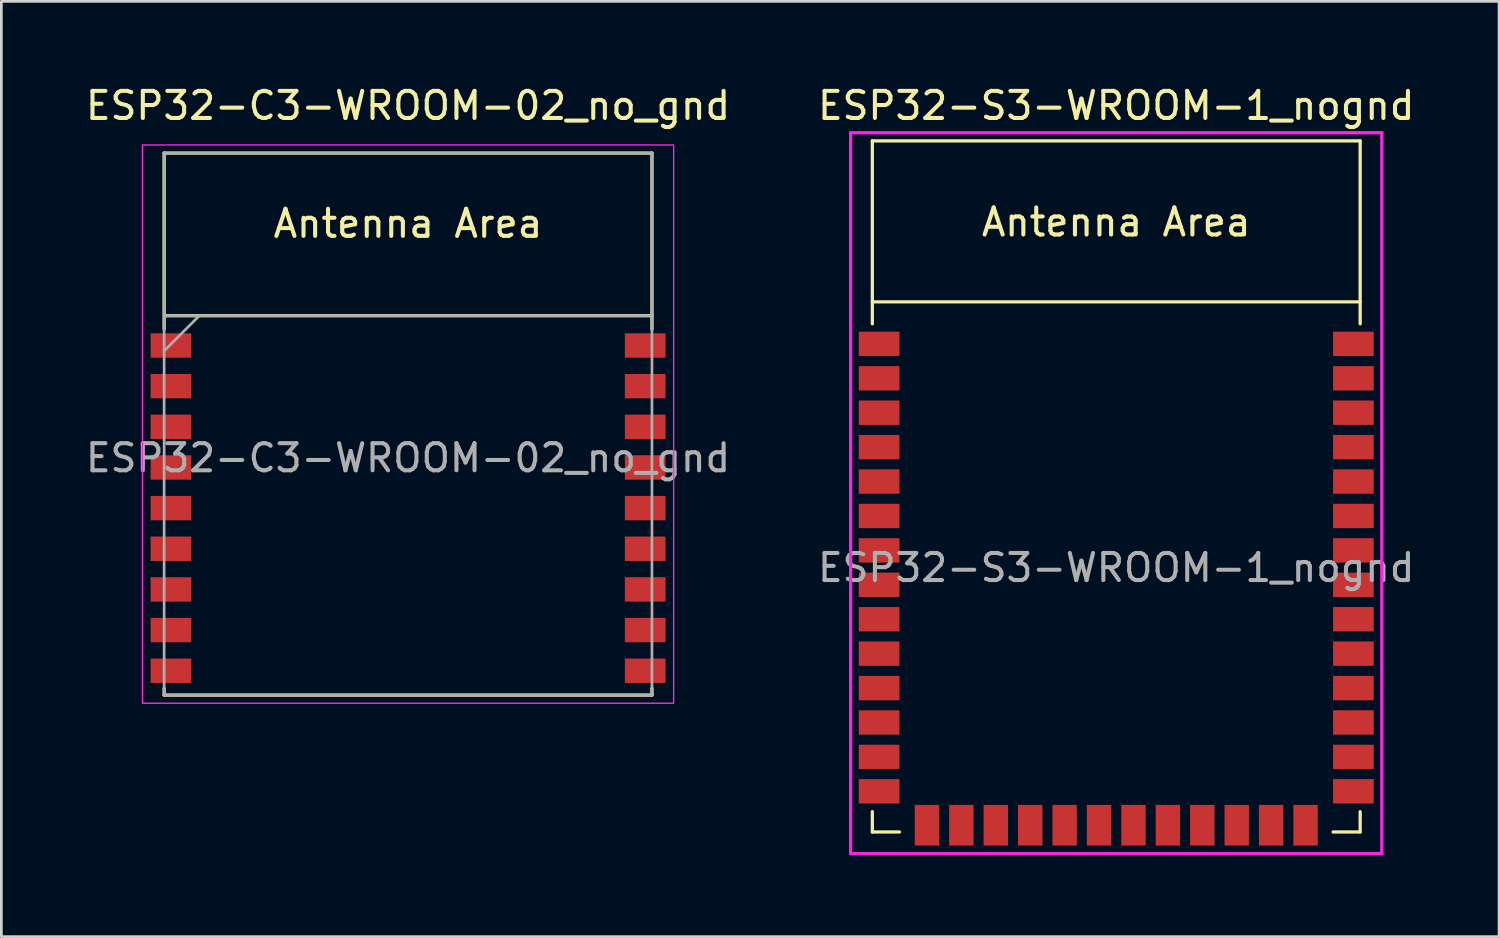
<source format=kicad_pcb>
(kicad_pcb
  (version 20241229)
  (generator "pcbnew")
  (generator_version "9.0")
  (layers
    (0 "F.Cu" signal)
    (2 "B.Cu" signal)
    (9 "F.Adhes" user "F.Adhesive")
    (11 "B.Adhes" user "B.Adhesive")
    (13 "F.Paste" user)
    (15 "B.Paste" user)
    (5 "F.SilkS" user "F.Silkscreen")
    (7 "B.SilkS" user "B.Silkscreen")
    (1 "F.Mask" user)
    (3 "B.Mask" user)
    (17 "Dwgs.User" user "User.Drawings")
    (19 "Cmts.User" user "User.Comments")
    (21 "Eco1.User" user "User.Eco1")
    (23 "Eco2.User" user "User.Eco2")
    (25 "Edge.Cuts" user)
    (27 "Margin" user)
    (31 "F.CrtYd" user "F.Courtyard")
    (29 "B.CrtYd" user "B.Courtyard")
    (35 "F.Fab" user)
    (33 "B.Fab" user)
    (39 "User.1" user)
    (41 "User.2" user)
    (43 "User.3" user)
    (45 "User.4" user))
  (footprint "ESP32-C3-WROOM-02_no_gnd"
    (layer "F.Cu")
    (at 12.006 15.598)
    (property "Reference" "ESP32-C3-WROOM-02_no_gnd" (at 0 -14.75 0) (layer "F.SilkS") (effects (font (size 1 1) (thickness 0.15))))
    (attr smd)
    (fp_line (start -9 -13) (end -9 -6.5) (stroke (width 0.12) (type solid)) (layer "F.SilkS"))
    (fp_line (start -9 -13) (end 9 -13) (stroke (width 0.12) (type solid)) (layer "F.SilkS"))
    (fp_line (start -9 7) (end -9 6.75) (stroke (width 0.12) (type solid)) (layer "F.SilkS"))
    (fp_line (start 9 -13) (end 9 -6.5) (stroke (width 0.12) (type solid)) (layer "F.SilkS"))
    (fp_line (start 9 -7) (end -8.95 -7) (stroke (width 0.12) (type solid)) (layer "F.SilkS"))
    (fp_line (start 9 6.75) (end 9 7) (stroke (width 0.12) (type solid)) (layer "F.SilkS"))
    (fp_line (start 9 7) (end -9 7) (stroke (width 0.12) (type solid)) (layer "F.SilkS"))
    (fp_poly (pts (xy 9.8 7.3) (xy -9.8 7.3) (xy -9.8 -13.3) (xy 9.8 -13.3)) (stroke (width 0.05) (type solid)) (fill no) (layer "F.CrtYd"))
    (fp_line (start -9 -13) (end 9 -13) (stroke (width 0.1) (type solid)) (layer "F.Fab"))
    (fp_line (start -9 -7) (end 9 -7) (stroke (width 0.1) (type solid)) (layer "F.Fab"))
    (fp_line (start -9 7) (end -9 -13) (stroke (width 0.1) (type solid)) (layer "F.Fab"))
    (fp_line (start -7.7 -7) (end -9 -5.7) (stroke (width 0.1) (type solid)) (layer "F.Fab"))
    (fp_line (start 9 -13) (end 9 7) (stroke (width 0.1) (type solid)) (layer "F.Fab"))
    (fp_line (start 9 7) (end -9 7) (stroke (width 0.1) (type solid)) (layer "F.Fab"))
    (fp_text user "Antenna Area" (at 0 -10.4 0) (layer "F.SilkS") (effects (font (size 1 1) (thickness 0.15))))
    (fp_text user "${REFERENCE}" (at 0 -1.75 0) (layer "F.Fab") (effects (font (size 1 1) (thickness 0.15))))
    (pad "1" smd rect (at -8.75 -5.9) (size 1.5 0.9) (layers "F.Cu" "F.Mask" "F.Paste"))
    (pad "2" smd rect (at -8.75 -4.4) (size 1.5 0.9) (layers "F.Cu" "F.Mask" "F.Paste"))
    (pad "3" smd rect (at -8.75 -2.9) (size 1.5 0.9) (layers "F.Cu" "F.Mask" "F.Paste"))
    (pad "4" smd rect (at -8.75 -1.4) (size 1.5 0.9) (layers "F.Cu" "F.Mask" "F.Paste"))
    (pad "5" smd rect (at -8.75 0.1) (size 1.5 0.9) (layers "F.Cu" "F.Mask" "F.Paste"))
    (pad "6" smd rect (at -8.75 1.6) (size 1.5 0.9) (layers "F.Cu" "F.Mask" "F.Paste"))
    (pad "7" smd rect (at -8.75 3.1) (size 1.5 0.9) (layers "F.Cu" "F.Mask" "F.Paste"))
    (pad "8" smd rect (at -8.75 4.6) (size 1.5 0.9) (layers "F.Cu" "F.Mask" "F.Paste"))
    (pad "9" smd rect (at -8.75 6.1) (size 1.5 0.9) (layers "F.Cu" "F.Mask" "F.Paste"))
    (pad "10" smd rect (at 8.75 6.1 180) (size 1.5 0.9) (layers "F.Cu" "F.Mask" "F.Paste"))
    (pad "11" smd rect (at 8.75 4.6 180) (size 1.5 0.9) (layers "F.Cu" "F.Mask" "F.Paste"))
    (pad "12" smd rect (at 8.75 3.1 180) (size 1.5 0.9) (layers "F.Cu" "F.Mask" "F.Paste"))
    (pad "13" smd rect (at 8.75 1.6 180) (size 1.5 0.9) (layers "F.Cu" "F.Mask" "F.Paste"))
    (pad "14" smd rect (at 8.75 0.1 180) (size 1.5 0.9) (layers "F.Cu" "F.Mask" "F.Paste"))
    (pad "15" smd rect (at 8.75 -1.4 180) (size 1.5 0.9) (layers "F.Cu" "F.Mask" "F.Paste"))
    (pad "16" smd rect (at 8.75 -2.9 180) (size 1.5 0.9) (layers "F.Cu" "F.Mask" "F.Paste"))
    (pad "17" smd rect (at 8.75 -4.4 180) (size 1.5 0.9) (layers "F.Cu" "F.Mask" "F.Paste"))
    (pad "18" smd rect (at 8.75 -5.9 180) (size 1.5 0.9) (layers "F.Cu" "F.Mask" "F.Paste"))
    (zone (net_name "") (layers "F.Cu" "B.Cu") (name "antenna keepout") (hatch edge 0.508) (connect_pads) (min_thickness 0.254) (filled_areas_thickness no) (keepout (tracks not_allowed) (vias not_allowed) (pads not_allowed) (copperpour not_allowed) (footprints not_allowed)) (placement (enabled no)) (fill) (polygon (pts (xy 21.006 8.598) (xy 3.006 8.598) (xy 3.006 2.598) (xy 21.006 2.598)))))
  (footprint "ESP32-S3-WROOM-1_nognd"
    (layer "F.Cu")
    (at 38.137 17.898)
    (property "Reference" "ESP32-S3-WROOM-1_nognd" (at 0 -17.05 0) (layer "F.SilkS") (effects (font (size 1 1) (thickness 0.15))))
    (attr smd)
    (fp_line (start -9 -15.75) (end -9 -9) (stroke (width 0.12) (type solid)) (layer "F.SilkS"))
    (fp_line (start -9 -15.75) (end 9 -15.75) (stroke (width 0.12) (type solid)) (layer "F.SilkS"))
    (fp_line (start -9 9) (end -9 9.75) (stroke (width 0.12) (type solid)) (layer "F.SilkS"))
    (fp_line (start -9 9.75) (end -8 9.75) (stroke (width 0.12) (type solid)) (layer "F.SilkS"))
    (fp_line (start 9 -15.75) (end 9 -9) (stroke (width 0.12) (type solid)) (layer "F.SilkS"))
    (fp_line (start 9 -9.81) (end -9 -9.81) (stroke (width 0.12) (type solid)) (layer "F.SilkS"))
    (fp_line (start 9 9) (end 9 9.75) (stroke (width 0.12) (type solid)) (layer "F.SilkS"))
    (fp_line (start 9 9.75) (end 8 9.75) (stroke (width 0.12) (type solid)) (layer "F.SilkS"))
    (fp_line (start -9 -15.75) (end 9 -15.75) (stroke (width 0.12) (type solid)) (layer "Eco2.User"))
    (fp_line (start -9 -9.81) (end 9 -9.81) (stroke (width 0.12) (type solid)) (layer "Eco2.User"))
    (fp_line (start -9 9.75) (end -9 -15.75) (stroke (width 0.12) (type solid)) (layer "Eco2.User"))
    (fp_line (start 9 -15.75) (end 9 9.75) (stroke (width 0.12) (type solid)) (layer "Eco2.User"))
    (fp_line (start 9 9.75) (end -9 9.75) (stroke (width 0.12) (type solid)) (layer "Eco2.User"))
    (fp_line (start -9.8 -16.05) (end -9.8 10.55) (stroke (width 0.12) (type solid)) (layer "F.CrtYd"))
    (fp_line (start -9.8 10.55) (end 9.8 10.55) (stroke (width 0.12) (type solid)) (layer "F.CrtYd"))
    (fp_line (start 9.8 -16.05) (end -9.8 -16.05) (stroke (width 0.12) (type solid)) (layer "F.CrtYd"))
    (fp_line (start 9.8 -16.05) (end 9.8 10.55) (stroke (width 0.12) (type solid)) (layer "F.CrtYd"))
    (fp_text user "Antenna Area" (at 0 -12.75 0) (layer "F.SilkS") (effects (font (size 1 1) (thickness 0.15))))
    (fp_text user "Antenna Area" (at 0 -12.75 0) (layer "Eco2.User") (effects (font (size 1 1) (thickness 0.15))))
    (fp_text user "${REFERENCE}" (at 0 0 0) (layer "F.Fab") (effects (font (size 1 1) (thickness 0.15))))
    (pad "1" smd rect (at -8.75 -8.26) (size 1.5 0.9) (layers "F.Cu" "F.Mask" "F.Paste"))
    (pad "2" smd rect (at -8.75 -6.99) (size 1.5 0.9) (layers "F.Cu" "F.Mask" "F.Paste"))
    (pad "3" smd rect (at -8.75 -5.72) (size 1.5 0.9) (layers "F.Cu" "F.Mask" "F.Paste"))
    (pad "4" smd rect (at -8.75 -4.45) (size 1.5 0.9) (layers "F.Cu" "F.Mask" "F.Paste"))
    (pad "5" smd rect (at -8.75 -3.18) (size 1.5 0.9) (layers "F.Cu" "F.Mask" "F.Paste"))
    (pad "6" smd rect (at -8.75 -1.91) (size 1.5 0.9) (layers "F.Cu" "F.Mask" "F.Paste"))
    (pad "7" smd rect (at -8.75 -0.64) (size 1.5 0.9) (layers "F.Cu" "F.Mask" "F.Paste"))
    (pad "8" smd rect (at -8.75 0.63) (size 1.5 0.9) (layers "F.Cu" "F.Mask" "F.Paste"))
    (pad "9" smd rect (at -8.75 1.9) (size 1.5 0.9) (layers "F.Cu" "F.Mask" "F.Paste"))
    (pad "10" smd rect (at -8.75 3.17) (size 1.5 0.9) (layers "F.Cu" "F.Mask" "F.Paste"))
    (pad "11" smd rect (at -8.75 4.44) (size 1.5 0.9) (layers "F.Cu" "F.Mask" "F.Paste"))
    (pad "12" smd rect (at -8.75 5.71) (size 1.5 0.9) (layers "F.Cu" "F.Mask" "F.Paste"))
    (pad "13" smd rect (at -8.75 6.98) (size 1.5 0.9) (layers "F.Cu" "F.Mask" "F.Paste"))
    (pad "14" smd rect (at -8.75 8.25) (size 1.5 0.9) (layers "F.Cu" "F.Mask" "F.Paste"))
    (pad "15" smd rect (at -6.985 9.5 90) (size 1.5 0.9) (layers "F.Cu" "F.Mask" "F.Paste"))
    (pad "16" smd rect (at -5.715 9.5 90) (size 1.5 0.9) (layers "F.Cu" "F.Mask" "F.Paste"))
    (pad "17" smd rect (at -4.445 9.5 90) (size 1.5 0.9) (layers "F.Cu" "F.Mask" "F.Paste"))
    (pad "18" smd rect (at -3.175 9.5 90) (size 1.5 0.9) (layers "F.Cu" "F.Mask" "F.Paste"))
    (pad "19" smd rect (at -1.905 9.5 90) (size 1.5 0.9) (layers "F.Cu" "F.Mask" "F.Paste"))
    (pad "20" smd rect (at -0.635 9.5 90) (size 1.5 0.9) (layers "F.Cu" "F.Mask" "F.Paste"))
    (pad "21" smd rect (at 0.635 9.5 90) (size 1.5 0.9) (layers "F.Cu" "F.Mask" "F.Paste"))
    (pad "22" smd rect (at 1.905 9.5 90) (size 1.5 0.9) (layers "F.Cu" "F.Mask" "F.Paste"))
    (pad "23" smd rect (at 3.175 9.5 90) (size 1.5 0.9) (layers "F.Cu" "F.Mask" "F.Paste"))
    (pad "24" smd rect (at 4.445 9.5 90) (size 1.5 0.9) (layers "F.Cu" "F.Mask" "F.Paste"))
    (pad "25" smd rect (at 5.715 9.5 90) (size 1.5 0.9) (layers "F.Cu" "F.Mask" "F.Paste"))
    (pad "26" smd rect (at 6.985 9.5 90) (size 1.5 0.9) (layers "F.Cu" "F.Mask" "F.Paste"))
    (pad "27" smd rect (at 8.75 8.25 180) (size 1.5 0.9) (layers "F.Cu" "F.Mask" "F.Paste"))
    (pad "28" smd rect (at 8.75 6.98 180) (size 1.5 0.9) (layers "F.Cu" "F.Mask" "F.Paste"))
    (pad "29" smd rect (at 8.75 5.71 180) (size 1.5 0.9) (layers "F.Cu" "F.Mask" "F.Paste"))
    (pad "30" smd rect (at 8.75 4.44 180) (size 1.5 0.9) (layers "F.Cu" "F.Mask" "F.Paste"))
    (pad "31" smd rect (at 8.75 3.17 180) (size 1.5 0.9) (layers "F.Cu" "F.Mask" "F.Paste"))
    (pad "32" smd rect (at 8.75 1.9 180) (size 1.5 0.9) (layers "F.Cu" "F.Mask" "F.Paste"))
    (pad "33" smd rect (at 8.75 0.63 180) (size 1.5 0.9) (layers "F.Cu" "F.Mask" "F.Paste"))
    (pad "34" smd rect (at 8.75 -0.64 180) (size 1.5 0.9) (layers "F.Cu" "F.Mask" "F.Paste"))
    (pad "35" smd rect (at 8.75 -1.91 180) (size 1.5 0.9) (layers "F.Cu" "F.Mask" "F.Paste"))
    (pad "36" smd rect (at 8.75 -3.18 180) (size 1.5 0.9) (layers "F.Cu" "F.Mask" "F.Paste"))
    (pad "37" smd rect (at 8.75 -4.45 180) (size 1.5 0.9) (layers "F.Cu" "F.Mask" "F.Paste"))
    (pad "38" smd rect (at 8.75 -5.72 180) (size 1.5 0.9) (layers "F.Cu" "F.Mask" "F.Paste"))
    (pad "39" smd rect (at 8.75 -6.99 180) (size 1.5 0.9) (layers "F.Cu" "F.Mask" "F.Paste"))
    (pad "40" smd rect (at 8.75 -8.26 180) (size 1.5 0.9) (layers "F.Cu" "F.Mask" "F.Paste"))
    (zone (net_name "") (layers "F.Cu" "B.Cu") (name "antenna keepout") (hatch edge 0.508) (connect_pads) (min_thickness 0.254) (filled_areas_thickness no) (keepout (tracks not_allowed) (vias not_allowed) (pads not_allowed) (copperpour not_allowed) (footprints not_allowed)) (placement (enabled no)) (fill) (polygon (pts (xy 47.137 8.098) (xy 29.137 8.098) (xy 29.137 2.148) (xy 47.137 2.148)))))
  (gr_rect
    (start -3 -3)
    (end 52.262 31.508)
    (stroke (width 0.1) (type default))
    (fill no)
    (layer "Edge.Cuts")))
</source>
